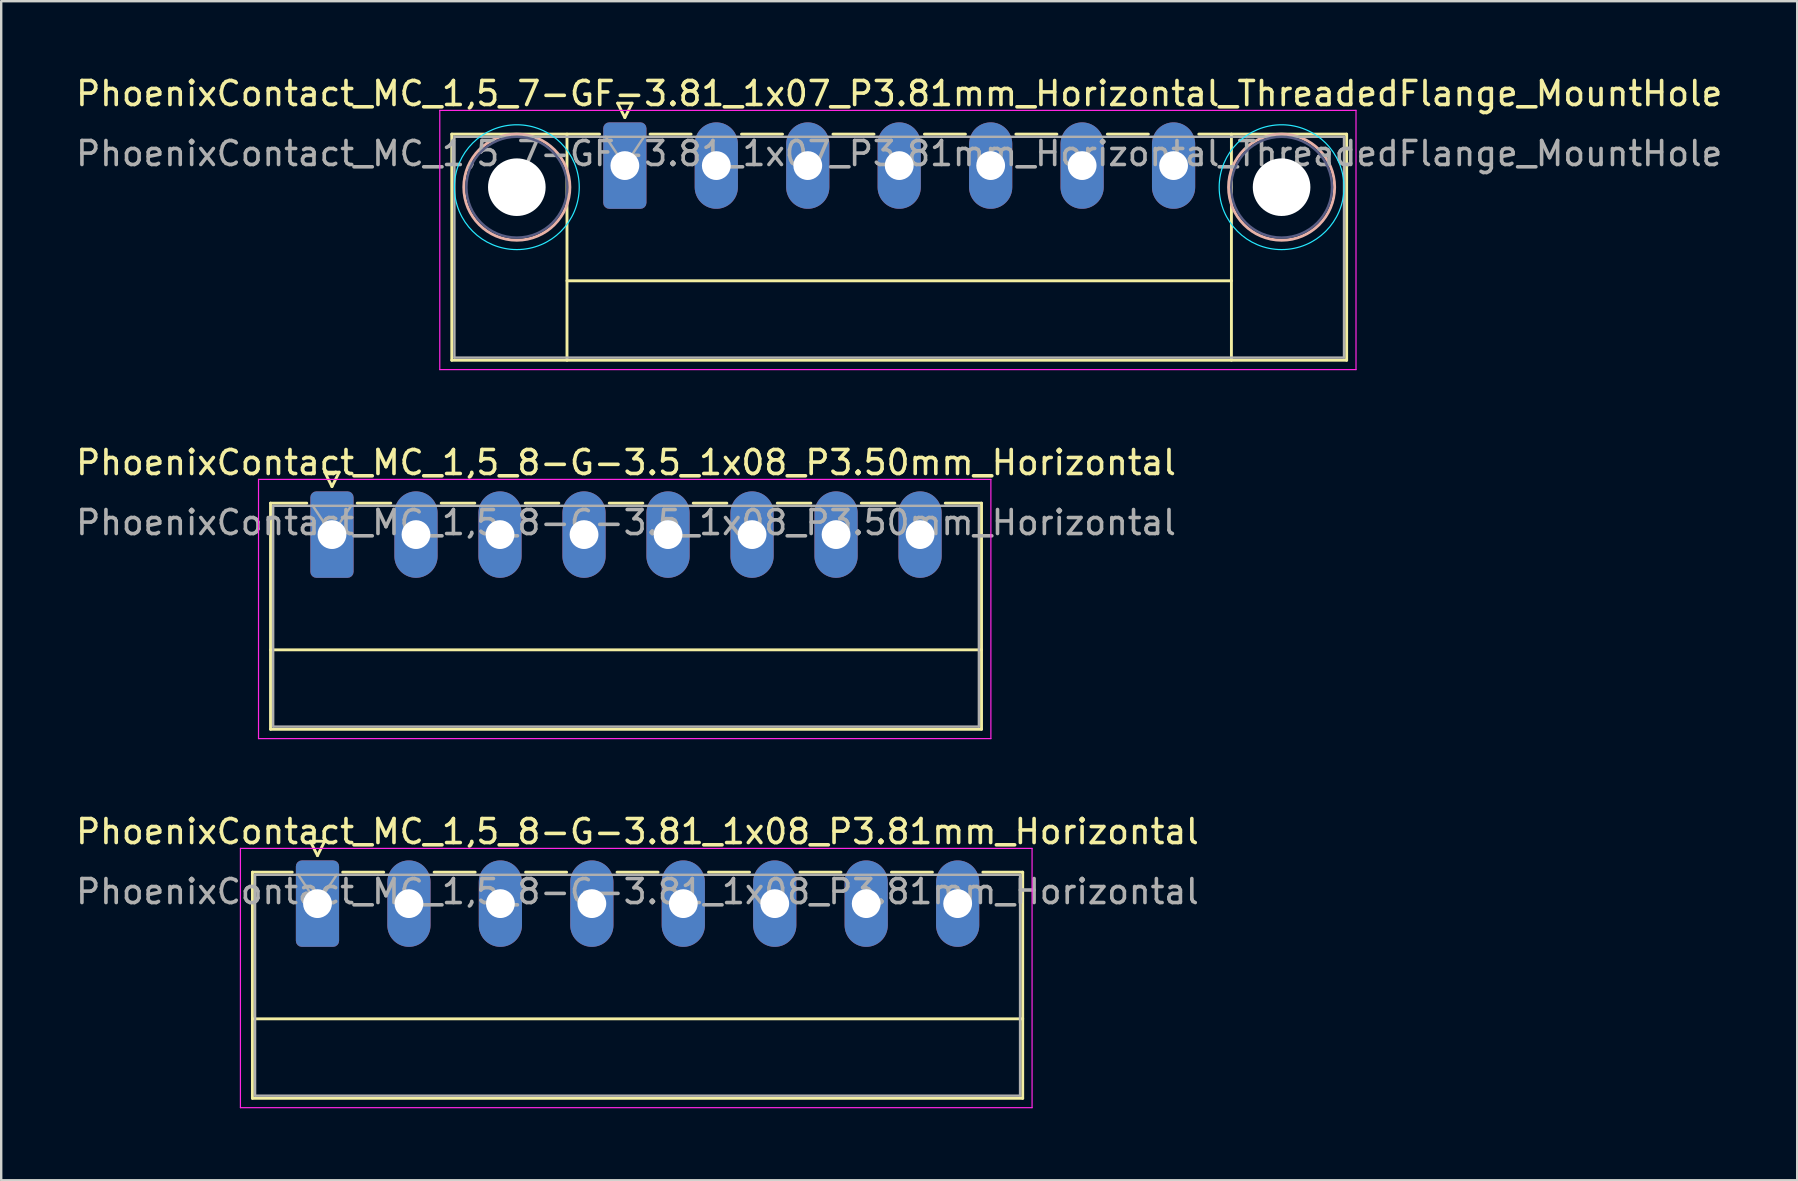
<source format=kicad_pcb>
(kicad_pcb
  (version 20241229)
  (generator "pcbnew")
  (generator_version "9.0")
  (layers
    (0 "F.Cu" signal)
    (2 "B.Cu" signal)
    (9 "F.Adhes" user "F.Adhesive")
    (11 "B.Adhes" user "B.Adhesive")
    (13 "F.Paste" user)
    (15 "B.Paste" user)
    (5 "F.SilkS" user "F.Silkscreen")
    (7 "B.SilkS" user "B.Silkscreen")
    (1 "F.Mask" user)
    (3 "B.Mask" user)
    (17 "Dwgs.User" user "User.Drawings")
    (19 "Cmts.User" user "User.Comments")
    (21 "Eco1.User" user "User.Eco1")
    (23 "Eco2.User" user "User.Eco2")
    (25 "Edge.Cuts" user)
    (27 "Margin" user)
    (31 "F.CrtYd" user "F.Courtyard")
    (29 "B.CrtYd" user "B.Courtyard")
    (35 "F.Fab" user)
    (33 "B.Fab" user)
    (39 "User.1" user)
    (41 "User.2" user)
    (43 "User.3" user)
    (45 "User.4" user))
  (footprint "PhoenixContact_MC_1,5_8-G-3.5_1x08_P3.50mm_Horizontal"
    (layer "F.Cu")
    (at 10.78 19.221)
    (property "Reference" "PhoenixContact_MC_1,5_8-G-3.5_1x08_P3.50mm_Horizontal" (at 12.25 -3 0) (layer "F.SilkS") (effects (font (size 1 1) (thickness 0.15))))
    (attr through_hole)
    (fp_line (start -2.56 -1.31) (end -2.56 8.11) (stroke (width 0.12) (type solid)) (layer "F.SilkS"))
    (fp_line (start -2.56 -1.31) (end -1.05 -1.31) (stroke (width 0.12) (type solid)) (layer "F.SilkS"))
    (fp_line (start -2.56 4.8) (end 27.06 4.8) (stroke (width 0.12) (type solid)) (layer "F.SilkS"))
    (fp_line (start -2.56 8.11) (end 27.06 8.11) (stroke (width 0.12) (type solid)) (layer "F.SilkS"))
    (fp_line (start -0.3 -2.6) (end 0.3 -2.6) (stroke (width 0.12) (type solid)) (layer "F.SilkS"))
    (fp_line (start 0 -2) (end -0.3 -2.6) (stroke (width 0.12) (type solid)) (layer "F.SilkS"))
    (fp_line (start 0.3 -2.6) (end 0 -2) (stroke (width 0.12) (type solid)) (layer "F.SilkS"))
    (fp_line (start 1.05 -1.31) (end 2.45 -1.31) (stroke (width 0.12) (type solid)) (layer "F.SilkS"))
    (fp_line (start 4.55 -1.31) (end 5.95 -1.31) (stroke (width 0.12) (type solid)) (layer "F.SilkS"))
    (fp_line (start 8.05 -1.31) (end 9.45 -1.31) (stroke (width 0.12) (type solid)) (layer "F.SilkS"))
    (fp_line (start 11.55 -1.31) (end 12.95 -1.31) (stroke (width 0.12) (type solid)) (layer "F.SilkS"))
    (fp_line (start 15.05 -1.31) (end 16.45 -1.31) (stroke (width 0.12) (type solid)) (layer "F.SilkS"))
    (fp_line (start 18.55 -1.31) (end 19.95 -1.31) (stroke (width 0.12) (type solid)) (layer "F.SilkS"))
    (fp_line (start 22.05 -1.31) (end 23.45 -1.31) (stroke (width 0.12) (type solid)) (layer "F.SilkS"))
    (fp_line (start 27.06 -1.31) (end 25.55 -1.31) (stroke (width 0.12) (type solid)) (layer "F.SilkS"))
    (fp_line (start 27.06 8.11) (end 27.06 -1.31) (stroke (width 0.12) (type solid)) (layer "F.SilkS"))
    (fp_line (start -3.06 -2.3) (end -3.06 8.5) (stroke (width 0.05) (type solid)) (layer "F.CrtYd"))
    (fp_line (start -3.06 8.5) (end 27.45 8.5) (stroke (width 0.05) (type solid)) (layer "F.CrtYd"))
    (fp_line (start 27.45 -2.3) (end -3.06 -2.3) (stroke (width 0.05) (type solid)) (layer "F.CrtYd"))
    (fp_line (start 27.45 8.5) (end 27.45 -2.3) (stroke (width 0.05) (type solid)) (layer "F.CrtYd"))
    (fp_line (start -2.45 -1.2) (end -2.45 8) (stroke (width 0.1) (type solid)) (layer "F.Fab"))
    (fp_line (start -2.45 8) (end 26.95 8) (stroke (width 0.1) (type solid)) (layer "F.Fab"))
    (fp_line (start 0 0) (end -0.8 -1.2) (stroke (width 0.1) (type solid)) (layer "F.Fab"))
    (fp_line (start 0.8 -1.2) (end 0 0) (stroke (width 0.1) (type solid)) (layer "F.Fab"))
    (fp_line (start 26.95 -1.2) (end -2.45 -1.2) (stroke (width 0.1) (type solid)) (layer "F.Fab"))
    (fp_line (start 26.95 8) (end 26.95 -1.2) (stroke (width 0.1) (type solid)) (layer "F.Fab"))
    (fp_text user "${REFERENCE}" (at 12.25 -0.5 0) (layer "F.Fab") (effects (font (size 1 1) (thickness 0.15))))
    (pad "1" thru_hole roundrect (at 0 0) (size 1.8 3.6) (drill 1.2) (layers "*.Cu" "*.Mask") (roundrect_rratio 0.139))
    (pad "2" thru_hole oval (at 3.5 0) (size 1.8 3.6) (drill 1.2) (layers "*.Cu" "*.Mask"))
    (pad "3" thru_hole oval (at 7 0) (size 1.8 3.6) (drill 1.2) (layers "*.Cu" "*.Mask"))
    (pad "4" thru_hole oval (at 10.5 0) (size 1.8 3.6) (drill 1.2) (layers "*.Cu" "*.Mask"))
    (pad "5" thru_hole oval (at 14 0) (size 1.8 3.6) (drill 1.2) (layers "*.Cu" "*.Mask"))
    (pad "6" thru_hole oval (at 17.5 0) (size 1.8 3.6) (drill 1.2) (layers "*.Cu" "*.Mask"))
    (pad "7" thru_hole oval (at 21 0) (size 1.8 3.6) (drill 1.2) (layers "*.Cu" "*.Mask"))
    (pad "8" thru_hole oval (at 24.5 0) (size 1.8 3.6) (drill 1.2) (layers "*.Cu" "*.Mask")))
  (footprint "PhoenixContact_MC_1,5_8-G-3.81_1x08_P3.81mm_Horizontal"
    (layer "F.Cu")
    (at 10.176 34.595)
    (property "Reference" "PhoenixContact_MC_1,5_8-G-3.81_1x08_P3.81mm_Horizontal" (at 13.33 -3 0) (layer "F.SilkS") (effects (font (size 1 1) (thickness 0.15))))
    (attr through_hole)
    (fp_line (start -2.71 -1.31) (end -2.71 8.11) (stroke (width 0.12) (type solid)) (layer "F.SilkS"))
    (fp_line (start -2.71 -1.31) (end -1.05 -1.31) (stroke (width 0.12) (type solid)) (layer "F.SilkS"))
    (fp_line (start -2.71 4.8) (end 29.38 4.8) (stroke (width 0.12) (type solid)) (layer "F.SilkS"))
    (fp_line (start -2.71 8.11) (end 29.38 8.11) (stroke (width 0.12) (type solid)) (layer "F.SilkS"))
    (fp_line (start -0.3 -2.6) (end 0.3 -2.6) (stroke (width 0.12) (type solid)) (layer "F.SilkS"))
    (fp_line (start 0 -2) (end -0.3 -2.6) (stroke (width 0.12) (type solid)) (layer "F.SilkS"))
    (fp_line (start 0.3 -2.6) (end 0 -2) (stroke (width 0.12) (type solid)) (layer "F.SilkS"))
    (fp_line (start 1.05 -1.31) (end 2.76 -1.31) (stroke (width 0.12) (type solid)) (layer "F.SilkS"))
    (fp_line (start 4.86 -1.31) (end 6.57 -1.31) (stroke (width 0.12) (type solid)) (layer "F.SilkS"))
    (fp_line (start 8.67 -1.31) (end 10.38 -1.31) (stroke (width 0.12) (type solid)) (layer "F.SilkS"))
    (fp_line (start 12.48 -1.31) (end 14.19 -1.31) (stroke (width 0.12) (type solid)) (layer "F.SilkS"))
    (fp_line (start 16.29 -1.31) (end 18 -1.31) (stroke (width 0.12) (type solid)) (layer "F.SilkS"))
    (fp_line (start 20.1 -1.31) (end 21.81 -1.31) (stroke (width 0.12) (type solid)) (layer "F.SilkS"))
    (fp_line (start 23.91 -1.31) (end 25.62 -1.31) (stroke (width 0.12) (type solid)) (layer "F.SilkS"))
    (fp_line (start 29.38 -1.31) (end 27.72 -1.31) (stroke (width 0.12) (type solid)) (layer "F.SilkS"))
    (fp_line (start 29.38 8.11) (end 29.38 -1.31) (stroke (width 0.12) (type solid)) (layer "F.SilkS"))
    (fp_line (start -3.21 -2.3) (end -3.21 8.5) (stroke (width 0.05) (type solid)) (layer "F.CrtYd"))
    (fp_line (start -3.21 8.5) (end 29.77 8.5) (stroke (width 0.05) (type solid)) (layer "F.CrtYd"))
    (fp_line (start 29.77 -2.3) (end -3.21 -2.3) (stroke (width 0.05) (type solid)) (layer "F.CrtYd"))
    (fp_line (start 29.77 8.5) (end 29.77 -2.3) (stroke (width 0.05) (type solid)) (layer "F.CrtYd"))
    (fp_line (start -2.6 -1.2) (end -2.6 8) (stroke (width 0.1) (type solid)) (layer "F.Fab"))
    (fp_line (start -2.6 8) (end 29.27 8) (stroke (width 0.1) (type solid)) (layer "F.Fab"))
    (fp_line (start 0 0) (end -0.8 -1.2) (stroke (width 0.1) (type solid)) (layer "F.Fab"))
    (fp_line (start 0.8 -1.2) (end 0 0) (stroke (width 0.1) (type solid)) (layer "F.Fab"))
    (fp_line (start 29.27 -1.2) (end -2.6 -1.2) (stroke (width 0.1) (type solid)) (layer "F.Fab"))
    (fp_line (start 29.27 8) (end 29.27 -1.2) (stroke (width 0.1) (type solid)) (layer "F.Fab"))
    (fp_text user "${REFERENCE}" (at 13.33 -0.5 0) (layer "F.Fab") (effects (font (size 1 1) (thickness 0.15))))
    (pad "1" thru_hole roundrect (at 0 0) (size 1.8 3.6) (drill 1.2) (layers "*.Cu" "*.Mask") (roundrect_rratio 0.139))
    (pad "2" thru_hole oval (at 3.81 0) (size 1.8 3.6) (drill 1.2) (layers "*.Cu" "*.Mask"))
    (pad "3" thru_hole oval (at 7.62 0) (size 1.8 3.6) (drill 1.2) (layers "*.Cu" "*.Mask"))
    (pad "4" thru_hole oval (at 11.43 0) (size 1.8 3.6) (drill 1.2) (layers "*.Cu" "*.Mask"))
    (pad "5" thru_hole oval (at 15.24 0) (size 1.8 3.6) (drill 1.2) (layers "*.Cu" "*.Mask"))
    (pad "6" thru_hole oval (at 19.05 0) (size 1.8 3.6) (drill 1.2) (layers "*.Cu" "*.Mask"))
    (pad "7" thru_hole oval (at 22.86 0) (size 1.8 3.6) (drill 1.2) (layers "*.Cu" "*.Mask"))
    (pad "8" thru_hole oval (at 26.67 0) (size 1.8 3.6) (drill 1.2) (layers "*.Cu" "*.Mask")))
  (footprint "PhoenixContact_MC_1,5_7-GF-3.81_1x07_P3.81mm_Horizontal_ThreadedFlange_MountHole"
    (layer "F.Cu")
    (at 22.981 3.848)
    (property "Reference" "PhoenixContact_MC_1,5_7-GF-3.81_1x07_P3.81mm_Horizontal_ThreadedFlange_MountHole" (at 11.43 -3 0) (layer "F.SilkS") (effects (font (size 1 1) (thickness 0.15))))
    (attr through_hole)
    (fp_line (start -7.21 -1.31) (end -7.21 8.11) (stroke (width 0.12) (type solid)) (layer "F.SilkS"))
    (fp_line (start -7.21 -1.31) (end -1.05 -1.31) (stroke (width 0.12) (type solid)) (layer "F.SilkS"))
    (fp_line (start -7.21 8.11) (end 30.07 8.11) (stroke (width 0.12) (type solid)) (layer "F.SilkS"))
    (fp_line (start -2.41 -1.31) (end -2.41 8.11) (stroke (width 0.12) (type solid)) (layer "F.SilkS"))
    (fp_line (start -2.41 4.8) (end 25.27 4.8) (stroke (width 0.12) (type solid)) (layer "F.SilkS"))
    (fp_line (start -0.3 -2.6) (end 0.3 -2.6) (stroke (width 0.12) (type solid)) (layer "F.SilkS"))
    (fp_line (start 0 -2) (end -0.3 -2.6) (stroke (width 0.12) (type solid)) (layer "F.SilkS"))
    (fp_line (start 0.3 -2.6) (end 0 -2) (stroke (width 0.12) (type solid)) (layer "F.SilkS"))
    (fp_line (start 1.05 -1.31) (end 2.76 -1.31) (stroke (width 0.12) (type solid)) (layer "F.SilkS"))
    (fp_line (start 4.86 -1.31) (end 6.57 -1.31) (stroke (width 0.12) (type solid)) (layer "F.SilkS"))
    (fp_line (start 8.67 -1.31) (end 10.38 -1.31) (stroke (width 0.12) (type solid)) (layer "F.SilkS"))
    (fp_line (start 12.48 -1.31) (end 14.19 -1.31) (stroke (width 0.12) (type solid)) (layer "F.SilkS"))
    (fp_line (start 16.29 -1.31) (end 18 -1.31) (stroke (width 0.12) (type solid)) (layer "F.SilkS"))
    (fp_line (start 20.1 -1.31) (end 21.81 -1.31) (stroke (width 0.12) (type solid)) (layer "F.SilkS"))
    (fp_line (start 25.27 -1.31) (end 25.27 8.11) (stroke (width 0.12) (type solid)) (layer "F.SilkS"))
    (fp_line (start 30.07 -1.31) (end 23.91 -1.31) (stroke (width 0.12) (type solid)) (layer "F.SilkS"))
    (fp_line (start 30.07 8.11) (end 30.07 -1.31) (stroke (width 0.12) (type solid)) (layer "F.SilkS"))
    (fp_circle (center -4.5 0.9) (end -2.29 0.9) (stroke (width 0.12) (type solid)) (fill no) (layer "B.SilkS"))
    (fp_circle (center 27.36 0.9) (end 29.57 0.9) (stroke (width 0.12) (type solid)) (fill no) (layer "B.SilkS"))
    (fp_circle (center -4.5 0.9) (end -1.9 0.9) (stroke (width 0.05) (type solid)) (fill no) (layer "B.CrtYd"))
    (fp_circle (center 27.36 0.9) (end 29.96 0.9) (stroke (width 0.05) (type solid)) (fill no) (layer "B.CrtYd"))
    (fp_line (start -7.71 -2.3) (end -7.71 8.5) (stroke (width 0.05) (type solid)) (layer "F.CrtYd"))
    (fp_line (start -7.71 8.5) (end 30.46 8.5) (stroke (width 0.05) (type solid)) (layer "F.CrtYd"))
    (fp_line (start 30.46 -2.3) (end -7.71 -2.3) (stroke (width 0.05) (type solid)) (layer "F.CrtYd"))
    (fp_line (start 30.46 8.5) (end 30.46 -2.3) (stroke (width 0.05) (type solid)) (layer "F.CrtYd"))
    (fp_circle (center -4.5 0.9) (end -2.4 0.9) (stroke (width 0.1) (type solid)) (fill no) (layer "B.Fab"))
    (fp_circle (center 27.36 0.9) (end 29.46 0.9) (stroke (width 0.1) (type solid)) (fill no) (layer "B.Fab"))
    (fp_line (start -7.1 -1.2) (end -7.1 8) (stroke (width 0.1) (type solid)) (layer "F.Fab"))
    (fp_line (start -7.1 8) (end 29.96 8) (stroke (width 0.1) (type solid)) (layer "F.Fab"))
    (fp_line (start 0 0) (end -0.8 -1.2) (stroke (width 0.1) (type solid)) (layer "F.Fab"))
    (fp_line (start 0.8 -1.2) (end 0 0) (stroke (width 0.1) (type solid)) (layer "F.Fab"))
    (fp_line (start 29.96 -1.2) (end -7.1 -1.2) (stroke (width 0.1) (type solid)) (layer "F.Fab"))
    (fp_line (start 29.96 8) (end 29.96 -1.2) (stroke (width 0.1) (type solid)) (layer "F.Fab"))
    (fp_text user "${REFERENCE}" (at 11.43 -0.5 0) (layer "F.Fab") (effects (font (size 1 1) (thickness 0.15))))
    (pad "" np_thru_hole circle (at -4.5 0.9) (size 2.4 2.4) (drill 2.4) (layers "*.Cu" "*.Mask"))
    (pad "" np_thru_hole circle (at 27.36 0.9) (size 2.4 2.4) (drill 2.4) (layers "*.Cu" "*.Mask"))
    (pad "1" thru_hole roundrect (at 0 0) (size 1.8 3.6) (drill 1.2) (layers "*.Cu" "*.Mask") (roundrect_rratio 0.139))
    (pad "2" thru_hole oval (at 3.81 0) (size 1.8 3.6) (drill 1.2) (layers "*.Cu" "*.Mask"))
    (pad "3" thru_hole oval (at 7.62 0) (size 1.8 3.6) (drill 1.2) (layers "*.Cu" "*.Mask"))
    (pad "4" thru_hole oval (at 11.43 0) (size 1.8 3.6) (drill 1.2) (layers "*.Cu" "*.Mask"))
    (pad "5" thru_hole oval (at 15.24 0) (size 1.8 3.6) (drill 1.2) (layers "*.Cu" "*.Mask"))
    (pad "6" thru_hole oval (at 19.05 0) (size 1.8 3.6) (drill 1.2) (layers "*.Cu" "*.Mask"))
    (pad "7" thru_hole oval (at 22.86 0) (size 1.8 3.6) (drill 1.2) (layers "*.Cu" "*.Mask")))
  (gr_rect
    (start -3 -3)
    (end 71.821 46.12)
    (stroke (width 0.1) (type default))
    (fill no)
    (layer "Edge.Cuts")))
</source>
